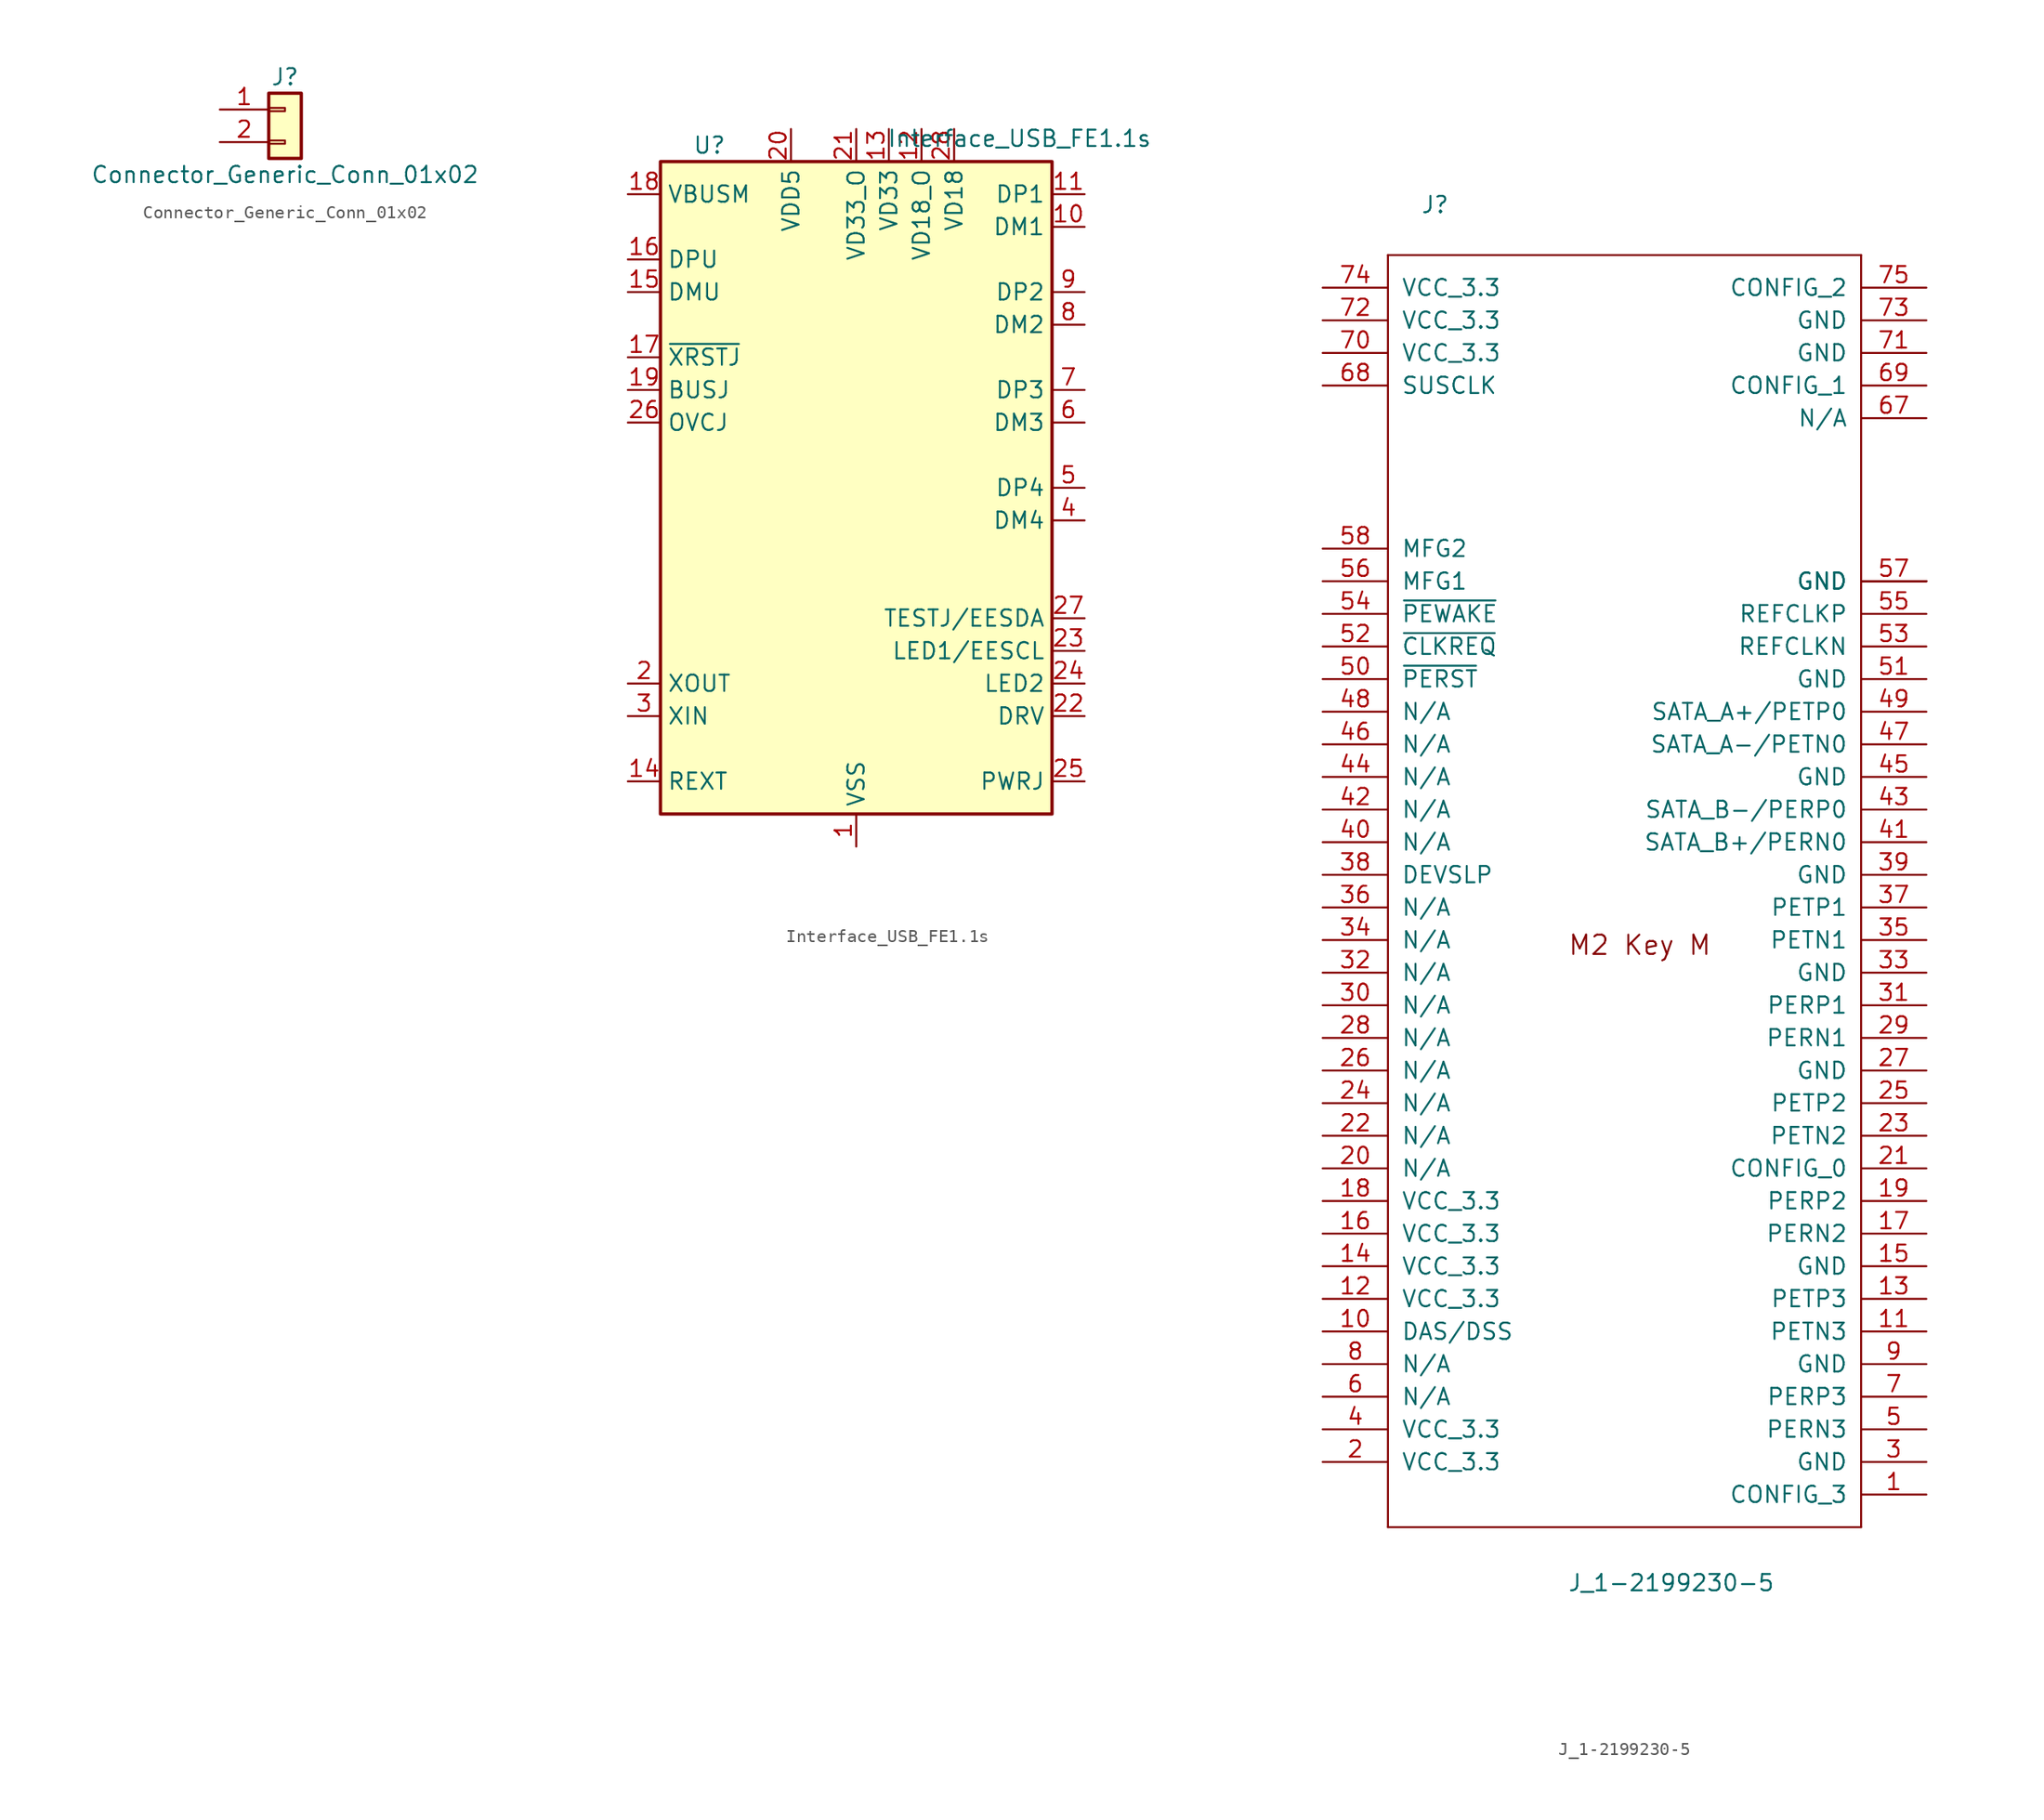
<source format=kicad_sym>
(kicad_symbol_lib
  (version 20211014)
  (generator kicad_symbol_editor)
  (symbol "Connector_Generic_Conn_01x02"
    (pin_names
      (offset 1.016) hide)
    (property "Reference" "J"
      (at 0 2.54 0)
      (effects (font (size 1.27 1.27))))
    (property "Value" "Connector_Generic_Conn_01x02"
      (at 0 -5.08 0)
      (effects (font (size 1.27 1.27))))
    (symbol "Connector_Generic_Conn_01x02_1_1"
      (rectangle (start -1.27 -2.413) (end 0 -2.667) (stroke (width 0.152) (type default) (color 0 0 0 0)) (fill (type none)))
      (rectangle (start -1.27 0.127) (end 0 -0.127) (stroke (width 0.152) (type default) (color 0 0 0 0)) (fill (type none)))
      (rectangle (start -1.27 1.27) (end 1.27 -3.81) (stroke (width 0.254) (type default) (color 0 0 0 0)) (fill (type background)))
      (pin passive line (at -5.08 0 0) (length 3.81) (name "Pin_1" (effects (font (size 1.27 1.27)))) (number "1" (effects (font (size 1.27 1.27)))))
      (pin passive line (at -5.08 -2.54 0) (length 3.81) (name "Pin_2" (effects (font (size 1.27 1.27)))) (number "2" (effects (font (size 1.27 1.27)))))))
  (symbol "Interface_USB_FE1.1s"
    (property "Reference" "U"
      (at -11.43 26.67 0)
      (effects (font (size 1.27 1.27))))
    (property "Value" "Interface_USB_FE1.1s"
      (at 12.7 27.94 0)
      (effects (font (size 1.27 1.27)) (justify top)))
    (symbol "Interface_USB_FE1.1s_0_1"
      (rectangle (start -15.24 25.4) (end 15.24 -25.4) (stroke (width 0.254) (type default) (color 0 0 0 0)) (fill (type background))))
    (symbol "Interface_USB_FE1.1s_1_1"
      (pin power_in line (at 0 -27.94 90) (length 2.54) (name "VSS" (effects (font (size 1.27 1.27)))) (number "1" (effects (font (size 1.27 1.27)))))
      (pin bidirectional line (at 17.78 20.32 180) (length 2.54) (name "DM1" (effects (font (size 1.27 1.27)))) (number "10" (effects (font (size 1.27 1.27)))))
      (pin bidirectional line (at 17.78 22.86 180) (length 2.54) (name "DP1" (effects (font (size 1.27 1.27)))) (number "11" (effects (font (size 1.27 1.27)))))
      (pin power_out line (at 5.08 27.94 270) (length 2.54) (name "VD18_O" (effects (font (size 1.27 1.27)))) (number "12" (effects (font (size 1.27 1.27)))))
      (pin power_in line (at 2.54 27.94 270) (length 2.54) (name "VD33" (effects (font (size 1.27 1.27)))) (number "13" (effects (font (size 1.27 1.27)))))
      (pin passive line (at -17.78 -22.86 0) (length 2.54) (name "REXT" (effects (font (size 1.27 1.27)))) (number "14" (effects (font (size 1.27 1.27)))))
      (pin bidirectional line (at -17.78 15.24 0) (length 2.54) (name "DMU" (effects (font (size 1.27 1.27)))) (number "15" (effects (font (size 1.27 1.27)))))
      (pin bidirectional line (at -17.78 17.78 0) (length 2.54) (name "DPU" (effects (font (size 1.27 1.27)))) (number "16" (effects (font (size 1.27 1.27)))))
      (pin input line (at -17.78 10.16 0) (length 2.54) (name "~{XRSTJ}" (effects (font (size 1.27 1.27)))) (number "17" (effects (font (size 1.27 1.27)))))
      (pin input line (at -17.78 22.86 0) (length 2.54) (name "VBUSM" (effects (font (size 1.27 1.27)))) (number "18" (effects (font (size 1.27 1.27)))))
      (pin input line (at -17.78 7.62 0) (length 2.54) (name "BUSJ" (effects (font (size 1.27 1.27)))) (number "19" (effects (font (size 1.27 1.27)))))
      (pin output line (at -17.78 -15.24 0) (length 2.54) (name "XOUT" (effects (font (size 1.27 1.27)))) (number "2" (effects (font (size 1.27 1.27)))))
      (pin power_in line (at -5.08 27.94 270) (length 2.54) (name "VDD5" (effects (font (size 1.27 1.27)))) (number "20" (effects (font (size 1.27 1.27)))))
      (pin power_out line (at 0 27.94 270) (length 2.54) (name "VD33_O" (effects (font (size 1.27 1.27)))) (number "21" (effects (font (size 1.27 1.27)))))
      (pin bidirectional line (at 17.78 -17.78 180) (length 2.54) (name "DRV" (effects (font (size 1.27 1.27)))) (number "22" (effects (font (size 1.27 1.27)))))
      (pin bidirectional line (at 17.78 -12.7 180) (length 2.54) (name "LED1/EESCL" (effects (font (size 1.27 1.27)))) (number "23" (effects (font (size 1.27 1.27)))))
      (pin bidirectional line (at 17.78 -15.24 180) (length 2.54) (name "LED2" (effects (font (size 1.27 1.27)))) (number "24" (effects (font (size 1.27 1.27)))))
      (pin output line (at 17.78 -22.86 180) (length 2.54) (name "PWRJ" (effects (font (size 1.27 1.27)))) (number "25" (effects (font (size 1.27 1.27)))))
      (pin input line (at -17.78 5.08 0) (length 2.54) (name "OVCJ" (effects (font (size 1.27 1.27)))) (number "26" (effects (font (size 1.27 1.27)))))
      (pin bidirectional line (at 17.78 -10.16 180) (length 2.54) (name "TESTJ/EESDA" (effects (font (size 1.27 1.27)))) (number "27" (effects (font (size 1.27 1.27)))))
      (pin power_in line (at 7.62 27.94 270) (length 2.54) (name "VD18" (effects (font (size 1.27 1.27)))) (number "28" (effects (font (size 1.27 1.27)))))
      (pin input line (at -17.78 -17.78 0) (length 2.54) (name "XIN" (effects (font (size 1.27 1.27)))) (number "3" (effects (font (size 1.27 1.27)))))
      (pin bidirectional line (at 17.78 -2.54 180) (length 2.54) (name "DM4" (effects (font (size 1.27 1.27)))) (number "4" (effects (font (size 1.27 1.27)))))
      (pin bidirectional line (at 17.78 0 180) (length 2.54) (name "DP4" (effects (font (size 1.27 1.27)))) (number "5" (effects (font (size 1.27 1.27)))))
      (pin bidirectional line (at 17.78 5.08 180) (length 2.54) (name "DM3" (effects (font (size 1.27 1.27)))) (number "6" (effects (font (size 1.27 1.27)))))
      (pin bidirectional line (at 17.78 7.62 180) (length 2.54) (name "DP3" (effects (font (size 1.27 1.27)))) (number "7" (effects (font (size 1.27 1.27)))))
      (pin bidirectional line (at 17.78 12.7 180) (length 2.54) (name "DM2" (effects (font (size 1.27 1.27)))) (number "8" (effects (font (size 1.27 1.27)))))
      (pin bidirectional line (at 17.78 15.24 180) (length 2.54) (name "DP2" (effects (font (size 1.27 1.27)))) (number "9" (effects (font (size 1.27 1.27)))))))
  (symbol "J_1-2199230-5"
    (pin_names
      (offset 1.016))
    (property "Reference" "J"
      (at -16.51 55.245 0)
      (effects (font (size 1.27 1.27)) (justify left bottom)))
    (property "Value" "J_1-2199230-5"
      (at -5.08 -52.07 0)
      (effects (font (size 1.27 1.27)) (justify left bottom)))
    (symbol "J_1-2199230-5_1_1"
      (polyline (pts (xy -19.05 -46.99) (xy -19.05 52.07)) (stroke (width 0) (type default) (color 0 0 0 0)) (fill (type none)))
      (polyline (pts (xy -19.05 52.07) (xy 17.78 52.07)) (stroke (width 0) (type default) (color 0 0 0 0)) (fill (type none)))
      (polyline (pts (xy 17.78 -46.99) (xy -19.05 -46.99)) (stroke (width 0) (type default) (color 0 0 0 0)) (fill (type none)))
      (polyline (pts (xy 17.78 52.07) (xy 17.78 -46.99)) (stroke (width 0) (type default) (color 0 0 0 0)) (fill (type none)))
      (text "M2 Key M" (at -5.08 -2.54 0) (effects (font (size 1.499 1.499)) (justify left bottom)))
      (pin bidirectional line (at 22.86 -44.45 180) (length 5.08) (name "CONFIG_3" (effects (font (size 1.27 1.27)))) (number "1" (effects (font (size 1.27 1.27)))))
      (pin bidirectional line (at -24.13 -31.75 0) (length 5.08) (name "DAS/DSS" (effects (font (size 1.27 1.27)))) (number "10" (effects (font (size 1.27 1.27)))))
      (pin bidirectional line (at 22.86 -31.75 180) (length 5.08) (name "PETN3" (effects (font (size 1.27 1.27)))) (number "11" (effects (font (size 1.27 1.27)))))
      (pin bidirectional line (at -24.13 -29.21 0) (length 5.08) (name "VCC_3.3" (effects (font (size 1.27 1.27)))) (number "12" (effects (font (size 1.27 1.27)))))
      (pin bidirectional line (at 22.86 -29.21 180) (length 5.08) (name "PETP3" (effects (font (size 1.27 1.27)))) (number "13" (effects (font (size 1.27 1.27)))))
      (pin bidirectional line (at -24.13 -26.67 0) (length 5.08) (name "VCC_3.3" (effects (font (size 1.27 1.27)))) (number "14" (effects (font (size 1.27 1.27)))))
      (pin bidirectional line (at 22.86 -26.67 180) (length 5.08) (name "GND" (effects (font (size 1.27 1.27)))) (number "15" (effects (font (size 1.27 1.27)))))
      (pin bidirectional line (at -24.13 -24.13 0) (length 5.08) (name "VCC_3.3" (effects (font (size 1.27 1.27)))) (number "16" (effects (font (size 1.27 1.27)))))
      (pin bidirectional line (at 22.86 -24.13 180) (length 5.08) (name "PERN2" (effects (font (size 1.27 1.27)))) (number "17" (effects (font (size 1.27 1.27)))))
      (pin bidirectional line (at -24.13 -21.59 0) (length 5.08) (name "VCC_3.3" (effects (font (size 1.27 1.27)))) (number "18" (effects (font (size 1.27 1.27)))))
      (pin bidirectional line (at 22.86 -21.59 180) (length 5.08) (name "PERP2" (effects (font (size 1.27 1.27)))) (number "19" (effects (font (size 1.27 1.27)))))
      (pin bidirectional line (at -24.13 -41.91 0) (length 5.08) (name "VCC_3.3" (effects (font (size 1.27 1.27)))) (number "2" (effects (font (size 1.27 1.27)))))
      (pin bidirectional line (at -24.13 -19.05 0) (length 5.08) (name "N/A" (effects (font (size 1.27 1.27)))) (number "20" (effects (font (size 1.27 1.27)))))
      (pin bidirectional line (at 22.86 -19.05 180) (length 5.08) (name "CONFIG_0" (effects (font (size 1.27 1.27)))) (number "21" (effects (font (size 1.27 1.27)))))
      (pin bidirectional line (at -24.13 -16.51 0) (length 5.08) (name "N/A" (effects (font (size 1.27 1.27)))) (number "22" (effects (font (size 1.27 1.27)))))
      (pin bidirectional line (at 22.86 -16.51 180) (length 5.08) (name "PETN2" (effects (font (size 1.27 1.27)))) (number "23" (effects (font (size 1.27 1.27)))))
      (pin bidirectional line (at -24.13 -13.97 0) (length 5.08) (name "N/A" (effects (font (size 1.27 1.27)))) (number "24" (effects (font (size 1.27 1.27)))))
      (pin bidirectional line (at 22.86 -13.97 180) (length 5.08) (name "PETP2" (effects (font (size 1.27 1.27)))) (number "25" (effects (font (size 1.27 1.27)))))
      (pin bidirectional line (at -24.13 -11.43 0) (length 5.08) (name "N/A" (effects (font (size 1.27 1.27)))) (number "26" (effects (font (size 1.27 1.27)))))
      (pin bidirectional line (at 22.86 -11.43 180) (length 5.08) (name "GND" (effects (font (size 1.27 1.27)))) (number "27" (effects (font (size 1.27 1.27)))))
      (pin bidirectional line (at -24.13 -8.89 0) (length 5.08) (name "N/A" (effects (font (size 1.27 1.27)))) (number "28" (effects (font (size 1.27 1.27)))))
      (pin bidirectional line (at 22.86 -8.89 180) (length 5.08) (name "PERN1" (effects (font (size 1.27 1.27)))) (number "29" (effects (font (size 1.27 1.27)))))
      (pin bidirectional line (at 22.86 -41.91 180) (length 5.08) (name "GND" (effects (font (size 1.27 1.27)))) (number "3" (effects (font (size 1.27 1.27)))))
      (pin bidirectional line (at -24.13 -6.35 0) (length 5.08) (name "N/A" (effects (font (size 1.27 1.27)))) (number "30" (effects (font (size 1.27 1.27)))))
      (pin bidirectional line (at 22.86 -6.35 180) (length 5.08) (name "PERP1" (effects (font (size 1.27 1.27)))) (number "31" (effects (font (size 1.27 1.27)))))
      (pin bidirectional line (at -24.13 -3.81 0) (length 5.08) (name "N/A" (effects (font (size 1.27 1.27)))) (number "32" (effects (font (size 1.27 1.27)))))
      (pin bidirectional line (at 22.86 -3.81 180) (length 5.08) (name "GND" (effects (font (size 1.27 1.27)))) (number "33" (effects (font (size 1.27 1.27)))))
      (pin bidirectional line (at -24.13 -1.27 0) (length 5.08) (name "N/A" (effects (font (size 1.27 1.27)))) (number "34" (effects (font (size 1.27 1.27)))))
      (pin bidirectional line (at 22.86 -1.27 180) (length 5.08) (name "PETN1" (effects (font (size 1.27 1.27)))) (number "35" (effects (font (size 1.27 1.27)))))
      (pin bidirectional line (at -24.13 1.27 0) (length 5.08) (name "N/A" (effects (font (size 1.27 1.27)))) (number "36" (effects (font (size 1.27 1.27)))))
      (pin bidirectional line (at 22.86 1.27 180) (length 5.08) (name "PETP1" (effects (font (size 1.27 1.27)))) (number "37" (effects (font (size 1.27 1.27)))))
      (pin bidirectional line (at -24.13 3.81 0) (length 5.08) (name "DEVSLP" (effects (font (size 1.27 1.27)))) (number "38" (effects (font (size 1.27 1.27)))))
      (pin bidirectional line (at 22.86 3.81 180) (length 5.08) (name "GND" (effects (font (size 1.27 1.27)))) (number "39" (effects (font (size 1.27 1.27)))))
      (pin bidirectional line (at -24.13 -39.37 0) (length 5.08) (name "VCC_3.3" (effects (font (size 1.27 1.27)))) (number "4" (effects (font (size 1.27 1.27)))))
      (pin bidirectional line (at -24.13 6.35 0) (length 5.08) (name "N/A" (effects (font (size 1.27 1.27)))) (number "40" (effects (font (size 1.27 1.27)))))
      (pin bidirectional line (at 22.86 6.35 180) (length 5.08) (name "SATA_B+/PERN0" (effects (font (size 1.27 1.27)))) (number "41" (effects (font (size 1.27 1.27)))))
      (pin bidirectional line (at -24.13 8.89 0) (length 5.08) (name "N/A" (effects (font (size 1.27 1.27)))) (number "42" (effects (font (size 1.27 1.27)))))
      (pin bidirectional line (at 22.86 8.89 180) (length 5.08) (name "SATA_B-/PERP0" (effects (font (size 1.27 1.27)))) (number "43" (effects (font (size 1.27 1.27)))))
      (pin bidirectional line (at -24.13 11.43 0) (length 5.08) (name "N/A" (effects (font (size 1.27 1.27)))) (number "44" (effects (font (size 1.27 1.27)))))
      (pin bidirectional line (at 22.86 11.43 180) (length 5.08) (name "GND" (effects (font (size 1.27 1.27)))) (number "45" (effects (font (size 1.27 1.27)))))
      (pin bidirectional line (at -24.13 13.97 0) (length 5.08) (name "N/A" (effects (font (size 1.27 1.27)))) (number "46" (effects (font (size 1.27 1.27)))))
      (pin bidirectional line (at 22.86 13.97 180) (length 5.08) (name "SATA_A-/PETN0" (effects (font (size 1.27 1.27)))) (number "47" (effects (font (size 1.27 1.27)))))
      (pin bidirectional line (at -24.13 16.51 0) (length 5.08) (name "N/A" (effects (font (size 1.27 1.27)))) (number "48" (effects (font (size 1.27 1.27)))))
      (pin bidirectional line (at 22.86 16.51 180) (length 5.08) (name "SATA_A+/PETP0" (effects (font (size 1.27 1.27)))) (number "49" (effects (font (size 1.27 1.27)))))
      (pin bidirectional line (at 22.86 -39.37 180) (length 5.08) (name "PERN3" (effects (font (size 1.27 1.27)))) (number "5" (effects (font (size 1.27 1.27)))))
      (pin bidirectional line (at -24.13 19.05 0) (length 5.08) (name "~{PERST}" (effects (font (size 1.27 1.27)))) (number "50" (effects (font (size 1.27 1.27)))))
      (pin bidirectional line (at 22.86 19.05 180) (length 5.08) (name "GND" (effects (font (size 1.27 1.27)))) (number "51" (effects (font (size 1.27 1.27)))))
      (pin bidirectional line (at -24.13 21.59 0) (length 5.08) (name "~{CLKREQ}" (effects (font (size 1.27 1.27)))) (number "52" (effects (font (size 1.27 1.27)))))
      (pin bidirectional line (at 22.86 21.59 180) (length 5.08) (name "REFCLKN" (effects (font (size 1.27 1.27)))) (number "53" (effects (font (size 1.27 1.27)))))
      (pin bidirectional line (at -24.13 24.13 0) (length 5.08) (name "~{PEWAKE}" (effects (font (size 1.27 1.27)))) (number "54" (effects (font (size 1.27 1.27)))))
      (pin bidirectional line (at 22.86 24.13 180) (length 5.08) (name "REFCLKP" (effects (font (size 1.27 1.27)))) (number "55" (effects (font (size 1.27 1.27)))))
      (pin bidirectional line (at -24.13 26.67 0) (length 5.08) (name "MFG1" (effects (font (size 1.27 1.27)))) (number "56" (effects (font (size 1.27 1.27)))))
      (pin bidirectional line (at 22.86 26.67 180) (length 5.08) (name "GND" (effects (font (size 1.27 1.27)))) (number "57" (effects (font (size 1.27 1.27)))))
      (pin bidirectional line (at -24.13 29.21 0) (length 5.08) (name "MFG2" (effects (font (size 1.27 1.27)))) (number "58" (effects (font (size 1.27 1.27)))))
      (pin bidirectional line (at -24.13 -36.83 0) (length 5.08) (name "N/A" (effects (font (size 1.27 1.27)))) (number "6" (effects (font (size 1.27 1.27)))))
      (pin bidirectional line (at 22.86 39.37 180) (length 5.08) (name "N/A" (effects (font (size 1.27 1.27)))) (number "67" (effects (font (size 1.27 1.27)))))
      (pin bidirectional line (at -24.13 41.91 0) (length 5.08) (name "SUSCLK" (effects (font (size 1.27 1.27)))) (number "68" (effects (font (size 1.27 1.27)))))
      (pin bidirectional line (at 22.86 41.91 180) (length 5.08) (name "CONFIG_1" (effects (font (size 1.27 1.27)))) (number "69" (effects (font (size 1.27 1.27)))))
      (pin bidirectional line (at 22.86 -36.83 180) (length 5.08) (name "PERP3" (effects (font (size 1.27 1.27)))) (number "7" (effects (font (size 1.27 1.27)))))
      (pin bidirectional line (at -24.13 44.45 0) (length 5.08) (name "VCC_3.3" (effects (font (size 1.27 1.27)))) (number "70" (effects (font (size 1.27 1.27)))))
      (pin bidirectional line (at 22.86 44.45 180) (length 5.08) (name "GND" (effects (font (size 1.27 1.27)))) (number "71" (effects (font (size 1.27 1.27)))))
      (pin bidirectional line (at -24.13 46.99 0) (length 5.08) (name "VCC_3.3" (effects (font (size 1.27 1.27)))) (number "72" (effects (font (size 1.27 1.27)))))
      (pin bidirectional line (at 22.86 46.99 180) (length 5.08) (name "GND" (effects (font (size 1.27 1.27)))) (number "73" (effects (font (size 1.27 1.27)))))
      (pin bidirectional line (at -24.13 49.53 0) (length 5.08) (name "VCC_3.3" (effects (font (size 1.27 1.27)))) (number "74" (effects (font (size 1.27 1.27)))))
      (pin bidirectional line (at 22.86 49.53 180) (length 5.08) (name "CONFIG_2" (effects (font (size 1.27 1.27)))) (number "75" (effects (font (size 1.27 1.27)))))
      (pin bidirectional line (at -24.13 -34.29 0) (length 5.08) (name "N/A" (effects (font (size 1.27 1.27)))) (number "8" (effects (font (size 1.27 1.27)))))
      (pin bidirectional line (at 22.86 -34.29 180) (length 5.08) (name "GND" (effects (font (size 1.27 1.27)))) (number "9" (effects (font (size 1.27 1.27)))))
      (pin bidirectional line (at 22.86 26.67 180) (length 5.08) (name "GND" (effects (font (size 1.27 1.27)))) (number "S1" (effects (font (size 0 0)))))
      (pin bidirectional line (at 22.86 26.67 180) (length 5.08) (name "GND" (effects (font (size 1.27 1.27)))) (number "S2" (effects (font (size 0 0))))))))
</source>
